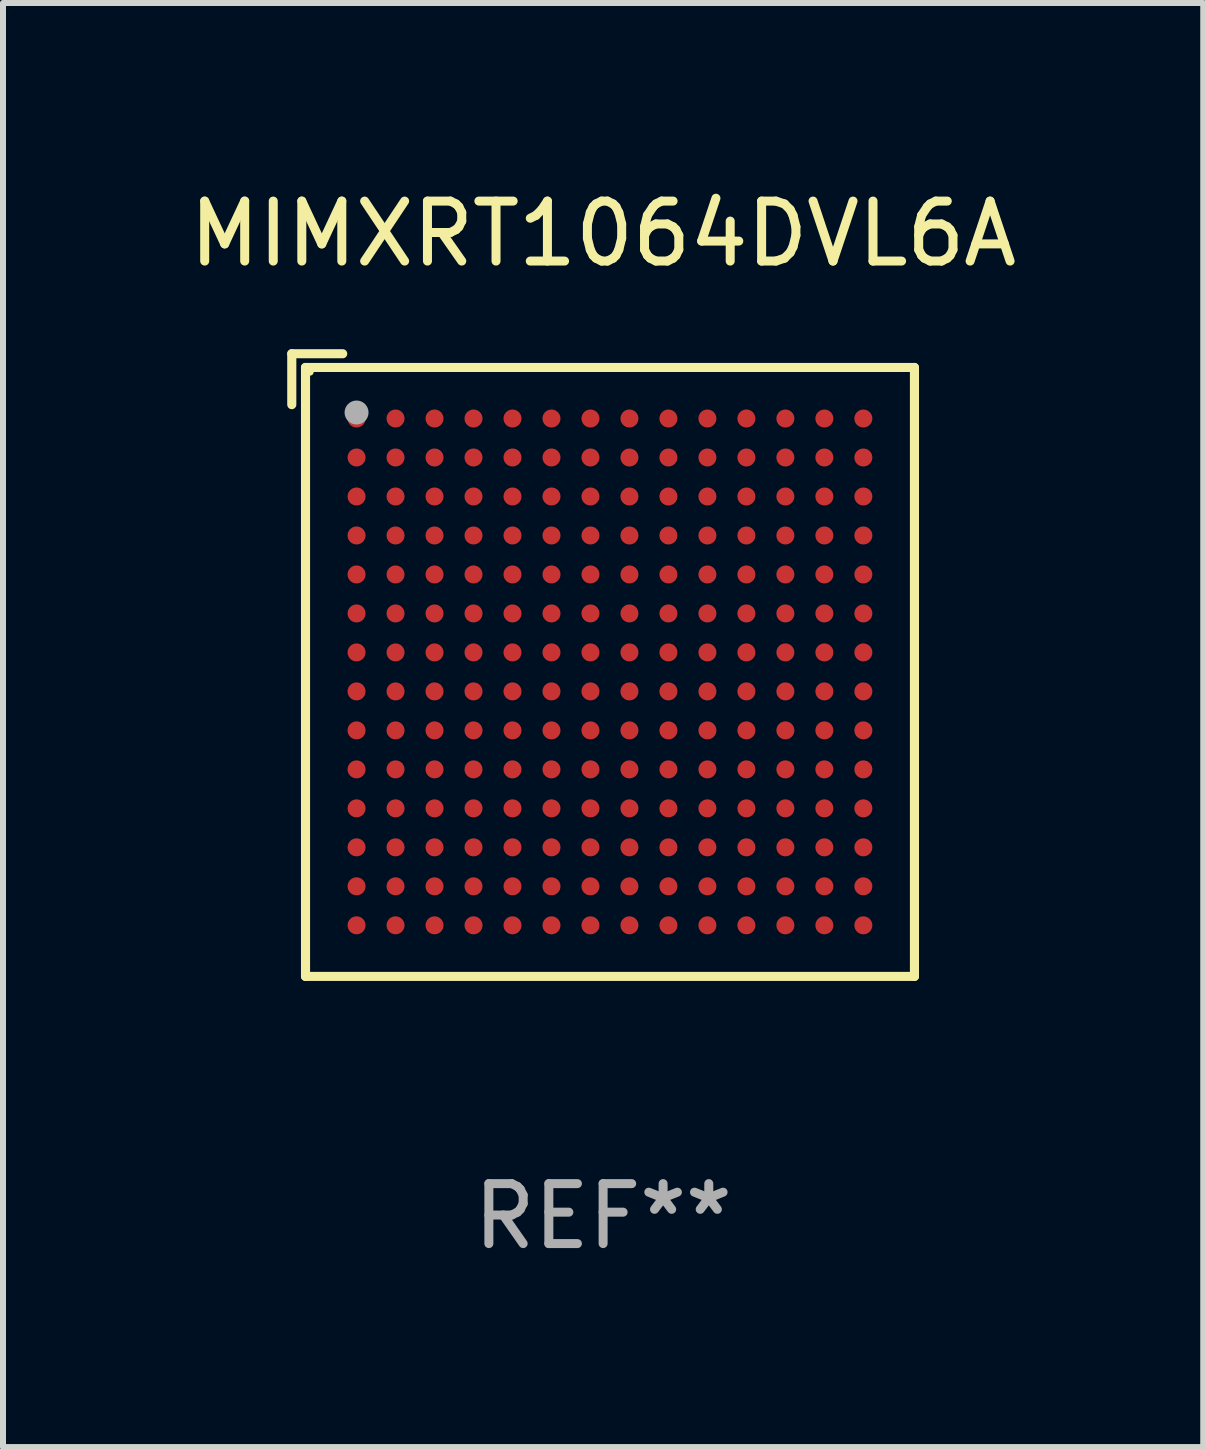
<source format=kicad_pcb>
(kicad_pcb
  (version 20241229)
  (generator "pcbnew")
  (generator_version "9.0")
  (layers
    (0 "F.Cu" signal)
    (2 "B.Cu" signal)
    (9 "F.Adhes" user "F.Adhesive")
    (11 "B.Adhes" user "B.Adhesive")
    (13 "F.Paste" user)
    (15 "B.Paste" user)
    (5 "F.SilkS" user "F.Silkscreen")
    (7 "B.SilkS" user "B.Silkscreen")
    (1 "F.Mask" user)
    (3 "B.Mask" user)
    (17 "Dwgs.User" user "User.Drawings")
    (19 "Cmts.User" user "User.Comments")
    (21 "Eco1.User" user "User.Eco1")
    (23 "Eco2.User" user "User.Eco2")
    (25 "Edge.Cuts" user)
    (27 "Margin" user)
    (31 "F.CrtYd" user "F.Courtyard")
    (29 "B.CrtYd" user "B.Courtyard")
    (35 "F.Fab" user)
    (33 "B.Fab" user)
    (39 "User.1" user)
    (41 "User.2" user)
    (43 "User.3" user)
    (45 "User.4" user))
  (footprint "MIMXRT1064DVL6A"
    (layer "F.Cu")
    (at 7.006 8.039)
    (property "Reference" "MIMXRT1064DVL6A" (at 0 -7.191 0) (layer "F.SilkS") (effects (font (size 1 1) (thickness 0.15))))
    (attr through_hole)
    (fp_line (start -5.191 -5.191) (end -4.342 -5.191) (stroke (width 0.152) (type solid)) (layer "F.SilkS"))
    (fp_line (start -5.191 -4.342) (end -5.191 -5.191) (stroke (width 0.152) (type solid)) (layer "F.SilkS"))
    (fp_line (start -4.962 -4.962) (end 5.191 -4.962) (stroke (width 0.152) (type solid)) (layer "F.SilkS"))
    (fp_line (start -4.962 5.191) (end -4.962 -4.962) (stroke (width 0.152) (type solid)) (layer "F.SilkS"))
    (fp_line (start 5.191 -4.962) (end 5.191 5.191) (stroke (width 0.152) (type solid)) (layer "F.SilkS"))
    (fp_line (start 5.191 5.191) (end -4.962 5.191) (stroke (width 0.152) (type solid)) (layer "F.SilkS"))
    (fp_circle (center -4.886 -4.886) (end -4.856 -4.886) (stroke (width 0.06) (type solid)) (fill no) (layer "F.SilkS"))
    (fp_circle (center -4.111 -4.211) (end -4.011 -4.211) (stroke (width 0.2) (type solid)) (fill no) (layer "F.Fab"))
    (fp_text user "REF**" (at 0 9.191 0) (layer "F.Fab") (effects (font (size 1 1) (thickness 0.15))))
    (pad "A1" smd circle (at -4.111 -4.111) (size 0.3 0.3) (layers "F.Cu" "F.Mask" "F.Paste"))
    (pad "A2" smd circle (at -3.461 -4.111) (size 0.3 0.3) (layers "F.Cu" "F.Mask" "F.Paste"))
    (pad "A3" smd circle (at -2.811 -4.111) (size 0.3 0.3) (layers "F.Cu" "F.Mask" "F.Paste"))
    (pad "A4" smd circle (at -2.161 -4.111) (size 0.3 0.3) (layers "F.Cu" "F.Mask" "F.Paste"))
    (pad "A5" smd circle (at -1.511 -4.111) (size 0.3 0.3) (layers "F.Cu" "F.Mask" "F.Paste"))
    (pad "A6" smd circle (at -0.861 -4.111) (size 0.3 0.3) (layers "F.Cu" "F.Mask" "F.Paste"))
    (pad "A7" smd circle (at -0.211 -4.111) (size 0.3 0.3) (layers "F.Cu" "F.Mask" "F.Paste"))
    (pad "A8" smd circle (at 0.439 -4.111) (size 0.3 0.3) (layers "F.Cu" "F.Mask" "F.Paste"))
    (pad "A9" smd circle (at 1.089 -4.111) (size 0.3 0.3) (layers "F.Cu" "F.Mask" "F.Paste"))
    (pad "A10" smd circle (at 1.739 -4.111) (size 0.3 0.3) (layers "F.Cu" "F.Mask" "F.Paste"))
    (pad "A11" smd circle (at 2.389 -4.111) (size 0.3 0.3) (layers "F.Cu" "F.Mask" "F.Paste"))
    (pad "A12" smd circle (at 3.039 -4.111) (size 0.3 0.3) (layers "F.Cu" "F.Mask" "F.Paste"))
    (pad "A13" smd circle (at 3.689 -4.111) (size 0.3 0.3) (layers "F.Cu" "F.Mask" "F.Paste"))
    (pad "A14" smd circle (at 4.339 -4.111) (size 0.3 0.3) (layers "F.Cu" "F.Mask" "F.Paste"))
    (pad "B1" smd circle (at -4.111 -3.461) (size 0.3 0.3) (layers "F.Cu" "F.Mask" "F.Paste"))
    (pad "B2" smd circle (at -3.461 -3.461) (size 0.3 0.3) (layers "F.Cu" "F.Mask" "F.Paste"))
    (pad "B3" smd circle (at -2.811 -3.461) (size 0.3 0.3) (layers "F.Cu" "F.Mask" "F.Paste"))
    (pad "B4" smd circle (at -2.161 -3.461) (size 0.3 0.3) (layers "F.Cu" "F.Mask" "F.Paste"))
    (pad "B5" smd circle (at -1.511 -3.461) (size 0.3 0.3) (layers "F.Cu" "F.Mask" "F.Paste"))
    (pad "B6" smd circle (at -0.861 -3.461) (size 0.3 0.3) (layers "F.Cu" "F.Mask" "F.Paste"))
    (pad "B7" smd circle (at -0.211 -3.461) (size 0.3 0.3) (layers "F.Cu" "F.Mask" "F.Paste"))
    (pad "B8" smd circle (at 0.439 -3.461) (size 0.3 0.3) (layers "F.Cu" "F.Mask" "F.Paste"))
    (pad "B9" smd circle (at 1.089 -3.461) (size 0.3 0.3) (layers "F.Cu" "F.Mask" "F.Paste"))
    (pad "B10" smd circle (at 1.739 -3.461) (size 0.3 0.3) (layers "F.Cu" "F.Mask" "F.Paste"))
    (pad "B11" smd circle (at 2.389 -3.461) (size 0.3 0.3) (layers "F.Cu" "F.Mask" "F.Paste"))
    (pad "B12" smd circle (at 3.039 -3.461) (size 0.3 0.3) (layers "F.Cu" "F.Mask" "F.Paste"))
    (pad "B13" smd circle (at 3.689 -3.461) (size 0.3 0.3) (layers "F.Cu" "F.Mask" "F.Paste"))
    (pad "B14" smd circle (at 4.339 -3.461) (size 0.3 0.3) (layers "F.Cu" "F.Mask" "F.Paste"))
    (pad "C1" smd circle (at -4.111 -2.811) (size 0.3 0.3) (layers "F.Cu" "F.Mask" "F.Paste"))
    (pad "C2" smd circle (at -3.461 -2.811) (size 0.3 0.3) (layers "F.Cu" "F.Mask" "F.Paste"))
    (pad "C3" smd circle (at -2.811 -2.811) (size 0.3 0.3) (layers "F.Cu" "F.Mask" "F.Paste"))
    (pad "C4" smd circle (at -2.161 -2.811) (size 0.3 0.3) (layers "F.Cu" "F.Mask" "F.Paste"))
    (pad "C5" smd circle (at -1.511 -2.811) (size 0.3 0.3) (layers "F.Cu" "F.Mask" "F.Paste"))
    (pad "C6" smd circle (at -0.861 -2.811) (size 0.3 0.3) (layers "F.Cu" "F.Mask" "F.Paste"))
    (pad "C7" smd circle (at -0.211 -2.811) (size 0.3 0.3) (layers "F.Cu" "F.Mask" "F.Paste"))
    (pad "C8" smd circle (at 0.439 -2.811) (size 0.3 0.3) (layers "F.Cu" "F.Mask" "F.Paste"))
    (pad "C9" smd circle (at 1.089 -2.811) (size 0.3 0.3) (layers "F.Cu" "F.Mask" "F.Paste"))
    (pad "C10" smd circle (at 1.739 -2.811) (size 0.3 0.3) (layers "F.Cu" "F.Mask" "F.Paste"))
    (pad "C11" smd circle (at 2.389 -2.811) (size 0.3 0.3) (layers "F.Cu" "F.Mask" "F.Paste"))
    (pad "C12" smd circle (at 3.039 -2.811) (size 0.3 0.3) (layers "F.Cu" "F.Mask" "F.Paste"))
    (pad "C13" smd circle (at 3.689 -2.811) (size 0.3 0.3) (layers "F.Cu" "F.Mask" "F.Paste"))
    (pad "C14" smd circle (at 4.339 -2.811) (size 0.3 0.3) (layers "F.Cu" "F.Mask" "F.Paste"))
    (pad "D1" smd circle (at -4.111 -2.161) (size 0.3 0.3) (layers "F.Cu" "F.Mask" "F.Paste"))
    (pad "D2" smd circle (at -3.461 -2.161) (size 0.3 0.3) (layers "F.Cu" "F.Mask" "F.Paste"))
    (pad "D3" smd circle (at -2.811 -2.161) (size 0.3 0.3) (layers "F.Cu" "F.Mask" "F.Paste"))
    (pad "D4" smd circle (at -2.161 -2.161) (size 0.3 0.3) (layers "F.Cu" "F.Mask" "F.Paste"))
    (pad "D5" smd circle (at -1.511 -2.161) (size 0.3 0.3) (layers "F.Cu" "F.Mask" "F.Paste"))
    (pad "D6" smd circle (at -0.861 -2.161) (size 0.3 0.3) (layers "F.Cu" "F.Mask" "F.Paste"))
    (pad "D7" smd circle (at -0.211 -2.161) (size 0.3 0.3) (layers "F.Cu" "F.Mask" "F.Paste"))
    (pad "D8" smd circle (at 0.439 -2.161) (size 0.3 0.3) (layers "F.Cu" "F.Mask" "F.Paste"))
    (pad "D9" smd circle (at 1.089 -2.161) (size 0.3 0.3) (layers "F.Cu" "F.Mask" "F.Paste"))
    (pad "D10" smd circle (at 1.739 -2.161) (size 0.3 0.3) (layers "F.Cu" "F.Mask" "F.Paste"))
    (pad "D11" smd circle (at 2.389 -2.161) (size 0.3 0.3) (layers "F.Cu" "F.Mask" "F.Paste"))
    (pad "D12" smd circle (at 3.039 -2.161) (size 0.3 0.3) (layers "F.Cu" "F.Mask" "F.Paste"))
    (pad "D13" smd circle (at 3.689 -2.161) (size 0.3 0.3) (layers "F.Cu" "F.Mask" "F.Paste"))
    (pad "D14" smd circle (at 4.339 -2.161) (size 0.3 0.3) (layers "F.Cu" "F.Mask" "F.Paste"))
    (pad "E1" smd circle (at -4.111 -1.511) (size 0.3 0.3) (layers "F.Cu" "F.Mask" "F.Paste"))
    (pad "E2" smd circle (at -3.461 -1.511) (size 0.3 0.3) (layers "F.Cu" "F.Mask" "F.Paste"))
    (pad "E3" smd circle (at -2.811 -1.511) (size 0.3 0.3) (layers "F.Cu" "F.Mask" "F.Paste"))
    (pad "E4" smd circle (at -2.161 -1.511) (size 0.3 0.3) (layers "F.Cu" "F.Mask" "F.Paste"))
    (pad "E5" smd circle (at -1.511 -1.511) (size 0.3 0.3) (layers "F.Cu" "F.Mask" "F.Paste"))
    (pad "E6" smd circle (at -0.861 -1.511) (size 0.3 0.3) (layers "F.Cu" "F.Mask" "F.Paste"))
    (pad "E7" smd circle (at -0.211 -1.511) (size 0.3 0.3) (layers "F.Cu" "F.Mask" "F.Paste"))
    (pad "E8" smd circle (at 0.439 -1.511) (size 0.3 0.3) (layers "F.Cu" "F.Mask" "F.Paste"))
    (pad "E9" smd circle (at 1.089 -1.511) (size 0.3 0.3) (layers "F.Cu" "F.Mask" "F.Paste"))
    (pad "E10" smd circle (at 1.739 -1.511) (size 0.3 0.3) (layers "F.Cu" "F.Mask" "F.Paste"))
    (pad "E11" smd circle (at 2.389 -1.511) (size 0.3 0.3) (layers "F.Cu" "F.Mask" "F.Paste"))
    (pad "E12" smd circle (at 3.039 -1.511) (size 0.3 0.3) (layers "F.Cu" "F.Mask" "F.Paste"))
    (pad "E13" smd circle (at 3.689 -1.511) (size 0.3 0.3) (layers "F.Cu" "F.Mask" "F.Paste"))
    (pad "E14" smd circle (at 4.339 -1.511) (size 0.3 0.3) (layers "F.Cu" "F.Mask" "F.Paste"))
    (pad "F1" smd circle (at -4.111 -0.861) (size 0.3 0.3) (layers "F.Cu" "F.Mask" "F.Paste"))
    (pad "F2" smd circle (at -3.461 -0.861) (size 0.3 0.3) (layers "F.Cu" "F.Mask" "F.Paste"))
    (pad "F3" smd circle (at -2.811 -0.861) (size 0.3 0.3) (layers "F.Cu" "F.Mask" "F.Paste"))
    (pad "F4" smd circle (at -2.161 -0.861) (size 0.3 0.3) (layers "F.Cu" "F.Mask" "F.Paste"))
    (pad "F5" smd circle (at -1.511 -0.861) (size 0.3 0.3) (layers "F.Cu" "F.Mask" "F.Paste"))
    (pad "F6" smd circle (at -0.861 -0.861) (size 0.3 0.3) (layers "F.Cu" "F.Mask" "F.Paste"))
    (pad "F7" smd circle (at -0.211 -0.861) (size 0.3 0.3) (layers "F.Cu" "F.Mask" "F.Paste"))
    (pad "F8" smd circle (at 0.439 -0.861) (size 0.3 0.3) (layers "F.Cu" "F.Mask" "F.Paste"))
    (pad "F9" smd circle (at 1.089 -0.861) (size 0.3 0.3) (layers "F.Cu" "F.Mask" "F.Paste"))
    (pad "F10" smd circle (at 1.739 -0.861) (size 0.3 0.3) (layers "F.Cu" "F.Mask" "F.Paste"))
    (pad "F11" smd circle (at 2.389 -0.861) (size 0.3 0.3) (layers "F.Cu" "F.Mask" "F.Paste"))
    (pad "F12" smd circle (at 3.039 -0.861) (size 0.3 0.3) (layers "F.Cu" "F.Mask" "F.Paste"))
    (pad "F13" smd circle (at 3.689 -0.861) (size 0.3 0.3) (layers "F.Cu" "F.Mask" "F.Paste"))
    (pad "F14" smd circle (at 4.339 -0.861) (size 0.3 0.3) (layers "F.Cu" "F.Mask" "F.Paste"))
    (pad "G1" smd circle (at -4.111 -0.211) (size 0.3 0.3) (layers "F.Cu" "F.Mask" "F.Paste"))
    (pad "G2" smd circle (at -3.461 -0.211) (size 0.3 0.3) (layers "F.Cu" "F.Mask" "F.Paste"))
    (pad "G3" smd circle (at -2.811 -0.211) (size 0.3 0.3) (layers "F.Cu" "F.Mask" "F.Paste"))
    (pad "G4" smd circle (at -2.161 -0.211) (size 0.3 0.3) (layers "F.Cu" "F.Mask" "F.Paste"))
    (pad "G5" smd circle (at -1.511 -0.211) (size 0.3 0.3) (layers "F.Cu" "F.Mask" "F.Paste"))
    (pad "G6" smd circle (at -0.861 -0.211) (size 0.3 0.3) (layers "F.Cu" "F.Mask" "F.Paste"))
    (pad "G7" smd circle (at -0.211 -0.211) (size 0.3 0.3) (layers "F.Cu" "F.Mask" "F.Paste"))
    (pad "G8" smd circle (at 0.439 -0.211) (size 0.3 0.3) (layers "F.Cu" "F.Mask" "F.Paste"))
    (pad "G9" smd circle (at 1.089 -0.211) (size 0.3 0.3) (layers "F.Cu" "F.Mask" "F.Paste"))
    (pad "G10" smd circle (at 1.739 -0.211) (size 0.3 0.3) (layers "F.Cu" "F.Mask" "F.Paste"))
    (pad "G11" smd circle (at 2.389 -0.211) (size 0.3 0.3) (layers "F.Cu" "F.Mask" "F.Paste"))
    (pad "G12" smd circle (at 3.039 -0.211) (size 0.3 0.3) (layers "F.Cu" "F.Mask" "F.Paste"))
    (pad "G13" smd circle (at 3.689 -0.211) (size 0.3 0.3) (layers "F.Cu" "F.Mask" "F.Paste"))
    (pad "G14" smd circle (at 4.339 -0.211) (size 0.3 0.3) (layers "F.Cu" "F.Mask" "F.Paste"))
    (pad "H1" smd circle (at -4.111 0.439) (size 0.3 0.3) (layers "F.Cu" "F.Mask" "F.Paste"))
    (pad "H2" smd circle (at -3.461 0.439) (size 0.3 0.3) (layers "F.Cu" "F.Mask" "F.Paste"))
    (pad "H3" smd circle (at -2.811 0.439) (size 0.3 0.3) (layers "F.Cu" "F.Mask" "F.Paste"))
    (pad "H4" smd circle (at -2.161 0.439) (size 0.3 0.3) (layers "F.Cu" "F.Mask" "F.Paste"))
    (pad "H5" smd circle (at -1.511 0.439) (size 0.3 0.3) (layers "F.Cu" "F.Mask" "F.Paste"))
    (pad "H6" smd circle (at -0.861 0.439) (size 0.3 0.3) (layers "F.Cu" "F.Mask" "F.Paste"))
    (pad "H7" smd circle (at -0.211 0.439) (size 0.3 0.3) (layers "F.Cu" "F.Mask" "F.Paste"))
    (pad "H8" smd circle (at 0.439 0.439) (size 0.3 0.3) (layers "F.Cu" "F.Mask" "F.Paste"))
    (pad "H9" smd circle (at 1.089 0.439) (size 0.3 0.3) (layers "F.Cu" "F.Mask" "F.Paste"))
    (pad "H10" smd circle (at 1.739 0.439) (size 0.3 0.3) (layers "F.Cu" "F.Mask" "F.Paste"))
    (pad "H11" smd circle (at 2.389 0.439) (size 0.3 0.3) (layers "F.Cu" "F.Mask" "F.Paste"))
    (pad "H12" smd circle (at 3.039 0.439) (size 0.3 0.3) (layers "F.Cu" "F.Mask" "F.Paste"))
    (pad "H13" smd circle (at 3.689 0.439) (size 0.3 0.3) (layers "F.Cu" "F.Mask" "F.Paste"))
    (pad "H14" smd circle (at 4.339 0.439) (size 0.3 0.3) (layers "F.Cu" "F.Mask" "F.Paste"))
    (pad "J1" smd circle (at -4.111 1.089) (size 0.3 0.3) (layers "F.Cu" "F.Mask" "F.Paste"))
    (pad "J2" smd circle (at -3.461 1.089) (size 0.3 0.3) (layers "F.Cu" "F.Mask" "F.Paste"))
    (pad "J3" smd circle (at -2.811 1.089) (size 0.3 0.3) (layers "F.Cu" "F.Mask" "F.Paste"))
    (pad "J4" smd circle (at -2.161 1.089) (size 0.3 0.3) (layers "F.Cu" "F.Mask" "F.Paste"))
    (pad "J5" smd circle (at -1.511 1.089) (size 0.3 0.3) (layers "F.Cu" "F.Mask" "F.Paste"))
    (pad "J6" smd circle (at -0.861 1.089) (size 0.3 0.3) (layers "F.Cu" "F.Mask" "F.Paste"))
    (pad "J7" smd circle (at -0.211 1.089) (size 0.3 0.3) (layers "F.Cu" "F.Mask" "F.Paste"))
    (pad "J8" smd circle (at 0.439 1.089) (size 0.3 0.3) (layers "F.Cu" "F.Mask" "F.Paste"))
    (pad "J9" smd circle (at 1.089 1.089) (size 0.3 0.3) (layers "F.Cu" "F.Mask" "F.Paste"))
    (pad "J10" smd circle (at 1.739 1.089) (size 0.3 0.3) (layers "F.Cu" "F.Mask" "F.Paste"))
    (pad "J11" smd circle (at 2.389 1.089) (size 0.3 0.3) (layers "F.Cu" "F.Mask" "F.Paste"))
    (pad "J12" smd circle (at 3.039 1.089) (size 0.3 0.3) (layers "F.Cu" "F.Mask" "F.Paste"))
    (pad "J13" smd circle (at 3.689 1.089) (size 0.3 0.3) (layers "F.Cu" "F.Mask" "F.Paste"))
    (pad "J14" smd circle (at 4.339 1.089) (size 0.3 0.3) (layers "F.Cu" "F.Mask" "F.Paste"))
    (pad "K1" smd circle (at -4.111 1.739) (size 0.3 0.3) (layers "F.Cu" "F.Mask" "F.Paste"))
    (pad "K2" smd circle (at -3.461 1.739) (size 0.3 0.3) (layers "F.Cu" "F.Mask" "F.Paste"))
    (pad "K3" smd circle (at -2.811 1.739) (size 0.3 0.3) (layers "F.Cu" "F.Mask" "F.Paste"))
    (pad "K4" smd circle (at -2.161 1.739) (size 0.3 0.3) (layers "F.Cu" "F.Mask" "F.Paste"))
    (pad "K5" smd circle (at -1.511 1.739) (size 0.3 0.3) (layers "F.Cu" "F.Mask" "F.Paste"))
    (pad "K6" smd circle (at -0.861 1.739) (size 0.3 0.3) (layers "F.Cu" "F.Mask" "F.Paste"))
    (pad "K7" smd circle (at -0.211 1.739) (size 0.3 0.3) (layers "F.Cu" "F.Mask" "F.Paste"))
    (pad "K8" smd circle (at 0.439 1.739) (size 0.3 0.3) (layers "F.Cu" "F.Mask" "F.Paste"))
    (pad "K9" smd circle (at 1.089 1.739) (size 0.3 0.3) (layers "F.Cu" "F.Mask" "F.Paste"))
    (pad "K10" smd circle (at 1.739 1.739) (size 0.3 0.3) (layers "F.Cu" "F.Mask" "F.Paste"))
    (pad "K11" smd circle (at 2.389 1.739) (size 0.3 0.3) (layers "F.Cu" "F.Mask" "F.Paste"))
    (pad "K12" smd circle (at 3.039 1.739) (size 0.3 0.3) (layers "F.Cu" "F.Mask" "F.Paste"))
    (pad "K13" smd circle (at 3.689 1.739) (size 0.3 0.3) (layers "F.Cu" "F.Mask" "F.Paste"))
    (pad "K14" smd circle (at 4.339 1.739) (size 0.3 0.3) (layers "F.Cu" "F.Mask" "F.Paste"))
    (pad "L1" smd circle (at -4.111 2.389) (size 0.3 0.3) (layers "F.Cu" "F.Mask" "F.Paste"))
    (pad "L2" smd circle (at -3.461 2.389) (size 0.3 0.3) (layers "F.Cu" "F.Mask" "F.Paste"))
    (pad "L3" smd circle (at -2.811 2.389) (size 0.3 0.3) (layers "F.Cu" "F.Mask" "F.Paste"))
    (pad "L4" smd circle (at -2.161 2.389) (size 0.3 0.3) (layers "F.Cu" "F.Mask" "F.Paste"))
    (pad "L5" smd circle (at -1.511 2.389) (size 0.3 0.3) (layers "F.Cu" "F.Mask" "F.Paste"))
    (pad "L6" smd circle (at -0.861 2.389) (size 0.3 0.3) (layers "F.Cu" "F.Mask" "F.Paste"))
    (pad "L7" smd circle (at -0.211 2.389) (size 0.3 0.3) (layers "F.Cu" "F.Mask" "F.Paste"))
    (pad "L8" smd circle (at 0.439 2.389) (size 0.3 0.3) (layers "F.Cu" "F.Mask" "F.Paste"))
    (pad "L9" smd circle (at 1.089 2.389) (size 0.3 0.3) (layers "F.Cu" "F.Mask" "F.Paste"))
    (pad "L10" smd circle (at 1.739 2.389) (size 0.3 0.3) (layers "F.Cu" "F.Mask" "F.Paste"))
    (pad "L11" smd circle (at 2.389 2.389) (size 0.3 0.3) (layers "F.Cu" "F.Mask" "F.Paste"))
    (pad "L12" smd circle (at 3.039 2.389) (size 0.3 0.3) (layers "F.Cu" "F.Mask" "F.Paste"))
    (pad "L13" smd circle (at 3.689 2.389) (size 0.3 0.3) (layers "F.Cu" "F.Mask" "F.Paste"))
    (pad "L14" smd circle (at 4.339 2.389) (size 0.3 0.3) (layers "F.Cu" "F.Mask" "F.Paste"))
    (pad "M1" smd circle (at -4.111 3.039) (size 0.3 0.3) (layers "F.Cu" "F.Mask" "F.Paste"))
    (pad "M2" smd circle (at -3.461 3.039) (size 0.3 0.3) (layers "F.Cu" "F.Mask" "F.Paste"))
    (pad "M3" smd circle (at -2.811 3.039) (size 0.3 0.3) (layers "F.Cu" "F.Mask" "F.Paste"))
    (pad "M4" smd circle (at -2.161 3.039) (size 0.3 0.3) (layers "F.Cu" "F.Mask" "F.Paste"))
    (pad "M5" smd circle (at -1.511 3.039) (size 0.3 0.3) (layers "F.Cu" "F.Mask" "F.Paste"))
    (pad "M6" smd circle (at -0.861 3.039) (size 0.3 0.3) (layers "F.Cu" "F.Mask" "F.Paste"))
    (pad "M7" smd circle (at -0.211 3.039) (size 0.3 0.3) (layers "F.Cu" "F.Mask" "F.Paste"))
    (pad "M8" smd circle (at 0.439 3.039) (size 0.3 0.3) (layers "F.Cu" "F.Mask" "F.Paste"))
    (pad "M9" smd circle (at 1.089 3.039) (size 0.3 0.3) (layers "F.Cu" "F.Mask" "F.Paste"))
    (pad "M10" smd circle (at 1.739 3.039) (size 0.3 0.3) (layers "F.Cu" "F.Mask" "F.Paste"))
    (pad "M11" smd circle (at 2.389 3.039) (size 0.3 0.3) (layers "F.Cu" "F.Mask" "F.Paste"))
    (pad "M12" smd circle (at 3.039 3.039) (size 0.3 0.3) (layers "F.Cu" "F.Mask" "F.Paste"))
    (pad "M13" smd circle (at 3.689 3.039) (size 0.3 0.3) (layers "F.Cu" "F.Mask" "F.Paste"))
    (pad "M14" smd circle (at 4.339 3.039) (size 0.3 0.3) (layers "F.Cu" "F.Mask" "F.Paste"))
    (pad "N1" smd circle (at -4.111 3.689) (size 0.3 0.3) (layers "F.Cu" "F.Mask" "F.Paste"))
    (pad "N2" smd circle (at -3.461 3.689) (size 0.3 0.3) (layers "F.Cu" "F.Mask" "F.Paste"))
    (pad "N3" smd circle (at -2.811 3.689) (size 0.3 0.3) (layers "F.Cu" "F.Mask" "F.Paste"))
    (pad "N4" smd circle (at -2.161 3.689) (size 0.3 0.3) (layers "F.Cu" "F.Mask" "F.Paste"))
    (pad "N5" smd circle (at -1.511 3.689) (size 0.3 0.3) (layers "F.Cu" "F.Mask" "F.Paste"))
    (pad "N6" smd circle (at -0.861 3.689) (size 0.3 0.3) (layers "F.Cu" "F.Mask" "F.Paste"))
    (pad "N7" smd circle (at -0.211 3.689) (size 0.3 0.3) (layers "F.Cu" "F.Mask" "F.Paste"))
    (pad "N8" smd circle (at 0.439 3.689) (size 0.3 0.3) (layers "F.Cu" "F.Mask" "F.Paste"))
    (pad "N9" smd circle (at 1.089 3.689) (size 0.3 0.3) (layers "F.Cu" "F.Mask" "F.Paste"))
    (pad "N10" smd circle (at 1.739 3.689) (size 0.3 0.3) (layers "F.Cu" "F.Mask" "F.Paste"))
    (pad "N11" smd circle (at 2.389 3.689) (size 0.3 0.3) (layers "F.Cu" "F.Mask" "F.Paste"))
    (pad "N12" smd circle (at 3.039 3.689) (size 0.3 0.3) (layers "F.Cu" "F.Mask" "F.Paste"))
    (pad "N13" smd circle (at 3.689 3.689) (size 0.3 0.3) (layers "F.Cu" "F.Mask" "F.Paste"))
    (pad "N14" smd circle (at 4.339 3.689) (size 0.3 0.3) (layers "F.Cu" "F.Mask" "F.Paste"))
    (pad "P1" smd circle (at -4.111 4.339) (size 0.3 0.3) (layers "F.Cu" "F.Mask" "F.Paste"))
    (pad "P2" smd circle (at -3.461 4.339) (size 0.3 0.3) (layers "F.Cu" "F.Mask" "F.Paste"))
    (pad "P3" smd circle (at -2.811 4.339) (size 0.3 0.3) (layers "F.Cu" "F.Mask" "F.Paste"))
    (pad "P4" smd circle (at -2.161 4.339) (size 0.3 0.3) (layers "F.Cu" "F.Mask" "F.Paste"))
    (pad "P5" smd circle (at -1.511 4.339) (size 0.3 0.3) (layers "F.Cu" "F.Mask" "F.Paste"))
    (pad "P6" smd circle (at -0.861 4.339) (size 0.3 0.3) (layers "F.Cu" "F.Mask" "F.Paste"))
    (pad "P7" smd circle (at -0.211 4.339) (size 0.3 0.3) (layers "F.Cu" "F.Mask" "F.Paste"))
    (pad "P8" smd circle (at 0.439 4.339) (size 0.3 0.3) (layers "F.Cu" "F.Mask" "F.Paste"))
    (pad "P9" smd circle (at 1.089 4.339) (size 0.3 0.3) (layers "F.Cu" "F.Mask" "F.Paste"))
    (pad "P10" smd circle (at 1.739 4.339) (size 0.3 0.3) (layers "F.Cu" "F.Mask" "F.Paste"))
    (pad "P11" smd circle (at 2.389 4.339) (size 0.3 0.3) (layers "F.Cu" "F.Mask" "F.Paste"))
    (pad "P12" smd circle (at 3.039 4.339) (size 0.3 0.3) (layers "F.Cu" "F.Mask" "F.Paste"))
    (pad "P13" smd circle (at 3.689 4.339) (size 0.3 0.3) (layers "F.Cu" "F.Mask" "F.Paste"))
    (pad "P14" smd circle (at 4.339 4.339) (size 0.3 0.3) (layers "F.Cu" "F.Mask" "F.Paste")))
  (gr_rect
    (start -3 -3)
    (end 17.012 21.078)
    (stroke (width 0.1) (type default))
    (fill no)
    (layer "Edge.Cuts")))
</source>
